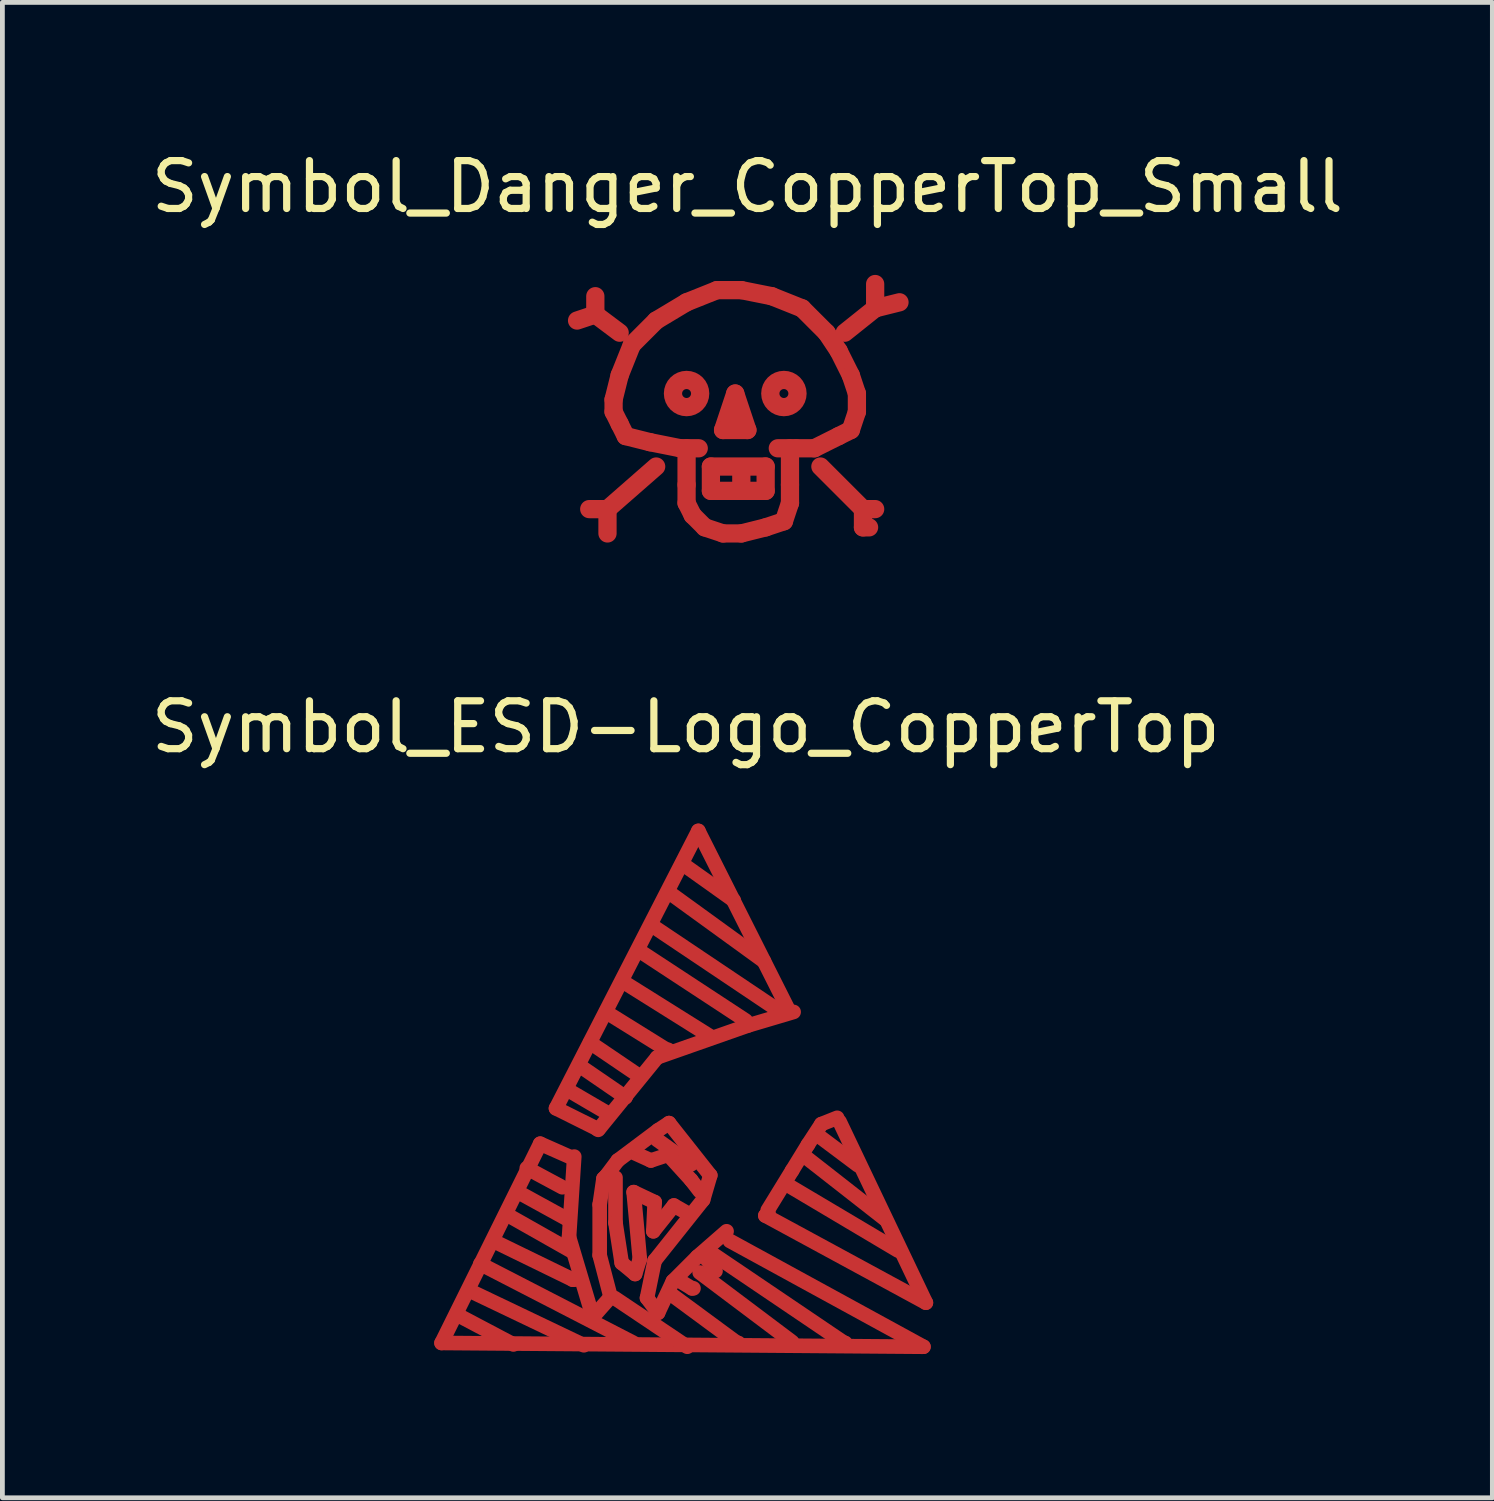
<source format=kicad_pcb>
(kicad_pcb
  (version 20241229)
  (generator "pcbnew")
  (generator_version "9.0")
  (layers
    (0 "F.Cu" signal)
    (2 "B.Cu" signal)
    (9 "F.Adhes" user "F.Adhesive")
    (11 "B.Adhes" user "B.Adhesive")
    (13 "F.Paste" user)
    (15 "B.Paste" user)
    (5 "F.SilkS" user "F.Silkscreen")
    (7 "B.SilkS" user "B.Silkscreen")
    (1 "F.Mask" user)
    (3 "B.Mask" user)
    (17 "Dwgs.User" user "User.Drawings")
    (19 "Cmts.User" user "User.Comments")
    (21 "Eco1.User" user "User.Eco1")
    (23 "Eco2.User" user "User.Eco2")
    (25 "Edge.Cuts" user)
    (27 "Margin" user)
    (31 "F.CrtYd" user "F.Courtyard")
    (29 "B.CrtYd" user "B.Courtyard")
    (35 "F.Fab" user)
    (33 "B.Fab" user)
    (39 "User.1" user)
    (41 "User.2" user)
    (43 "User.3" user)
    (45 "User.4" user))
  (footprint "Symbol_ESD-Logo_CopperTop"
    (layer "F.Cu")
    (at 11.319 21.676)
    (property "Reference" "Symbol_ESD-Logo_CopperTop" (at -0.051 -9.55 0) (layer "F.SilkS") (effects (font (size 1 1) (thickness 0.15))))
    (attr board_only exclude_from_pos_files exclude_from_bom allow_missing_courtyard)
    (fp_line (start -5.151 3.312) (end 4.91 3.391) (stroke (width 0.305) (type solid)) (layer "F.Cu"))
    (fp_line (start -4.77 2.751) (end -3.65 3.343) (stroke (width 0.305) (type solid)) (layer "F.Cu"))
    (fp_line (start -4.559 2.223) (end -2.179 3.36) (stroke (width 0.305) (type solid)) (layer "F.Cu"))
    (fp_line (start -4.341 1.661) (end -1.14 3.312) (stroke (width 0.305) (type solid)) (layer "F.Cu"))
    (fp_line (start -4.031 1.201) (end -2.41 1.991) (stroke (width 0.305) (type solid)) (layer "F.Cu"))
    (fp_line (start -3.749 0.653) (end -2.461 1.382) (stroke (width 0.305) (type solid)) (layer "F.Cu"))
    (fp_line (start -3.551 0.163) (end -2.479 0.752) (stroke (width 0.305) (type solid)) (layer "F.Cu"))
    (fp_line (start -3.371 -0.338) (end -2.629 0.061) (stroke (width 0.305) (type solid)) (layer "F.Cu"))
    (fp_line (start -3.091 -0.848) (end -5.151 3.312) (stroke (width 0.305) (type solid)) (layer "F.Cu"))
    (fp_line (start -2.761 -1.587) (end -1.9 -1.158) (stroke (width 0.305) (type solid)) (layer "F.Cu"))
    (fp_line (start -2.51 -1.968) (end -1.689 -1.488) (stroke (width 0.305) (type solid)) (layer "F.Cu"))
    (fp_line (start -2.489 1.102) (end -1.991 2.771) (stroke (width 0.305) (type solid)) (layer "F.Cu"))
    (fp_line (start -2.461 -0.569) (end -3.091 -0.848) (stroke (width 0.305) (type solid)) (layer "F.Cu"))
    (fp_line (start -2.41 1.991) (end -2.38 1.991) (stroke (width 0.305) (type solid)) (layer "F.Cu"))
    (fp_line (start -2.38 -0.579) (end -2.489 1.102) (stroke (width 0.305) (type solid)) (layer "F.Cu"))
    (fp_line (start -2.23 -2.449) (end -1.311 -1.819) (stroke (width 0.305) (type solid)) (layer "F.Cu"))
    (fp_line (start -2.05 -2.959) (end -1.031 -2.268) (stroke (width 0.305) (type solid)) (layer "F.Cu"))
    (fp_line (start -1.991 2.771) (end -1.621 2.352) (stroke (width 0.305) (type solid)) (layer "F.Cu"))
    (fp_line (start -1.9 -1.158) (end -1.869 -1.158) (stroke (width 0.305) (type solid)) (layer "F.Cu"))
    (fp_line (start -1.849 0.422) (end -1.77 -0.119) (stroke (width 0.305) (type solid)) (layer "F.Cu"))
    (fp_line (start -1.849 1.481) (end -1.849 0.422) (stroke (width 0.305) (type solid)) (layer "F.Cu"))
    (fp_line (start -1.77 -0.119) (end -1.72 -0.168) (stroke (width 0.305) (type solid)) (layer "F.Cu"))
    (fp_line (start -1.72 -3.599) (end -0.45 -2.809) (stroke (width 0.305) (type solid)) (layer "F.Cu"))
    (fp_line (start -1.72 -0.168) (end -1.471 -0.498) (stroke (width 0.305) (type solid)) (layer "F.Cu"))
    (fp_line (start -1.621 2.352) (end -1.849 1.481) (stroke (width 0.305) (type solid)) (layer "F.Cu"))
    (fp_line (start -1.539 2.372) (end -0.02 3.391) (stroke (width 0.305) (type solid)) (layer "F.Cu"))
    (fp_line (start -1.519 -0.14) (end -1.519 0.803) (stroke (width 0.305) (type solid)) (layer "F.Cu"))
    (fp_line (start -1.519 0.803) (end -1.389 1.641) (stroke (width 0.305) (type solid)) (layer "F.Cu"))
    (fp_line (start -1.471 -0.498) (end -0.63 -1.128) (stroke (width 0.305) (type solid)) (layer "F.Cu"))
    (fp_line (start -1.389 1.641) (end -1.11 1.872) (stroke (width 0.305) (type solid)) (layer "F.Cu"))
    (fp_line (start -1.359 -4.229) (end 0.46 -3.089) (stroke (width 0.305) (type solid)) (layer "F.Cu"))
    (fp_line (start -1.311 -1.819) (end -1.311 -1.839) (stroke (width 0.305) (type solid)) (layer "F.Cu"))
    (fp_line (start -1.14 0.163) (end -0.701 0.371) (stroke (width 0.305) (type solid)) (layer "F.Cu"))
    (fp_line (start -1.11 -0.648) (end -0.78 -0.498) (stroke (width 0.305) (type solid)) (layer "F.Cu"))
    (fp_line (start -1.11 1.872) (end -1.011 1.562) (stroke (width 0.305) (type solid)) (layer "F.Cu"))
    (fp_line (start -1.011 -4.869) (end 1.199 -3.419) (stroke (width 0.305) (type solid)) (layer "F.Cu"))
    (fp_line (start -1.011 1.562) (end -1.14 0.163) (stroke (width 0.305) (type solid)) (layer "F.Cu"))
    (fp_line (start -0.861 2.372) (end -0.63 2.682) (stroke (width 0.305) (type solid)) (layer "F.Cu"))
    (fp_line (start -0.78 -0.498) (end -0.419 -0.617) (stroke (width 0.305) (type solid)) (layer "F.Cu"))
    (fp_line (start -0.749 -5.397) (end 1.859 -3.647) (stroke (width 0.305) (type solid)) (layer "F.Cu"))
    (fp_line (start -0.729 0.98) (end -0.3 0.442) (stroke (width 0.305) (type solid)) (layer "F.Cu"))
    (fp_line (start -0.701 0.371) (end -0.729 0.98) (stroke (width 0.305) (type solid)) (layer "F.Cu"))
    (fp_line (start -0.701 1.593) (end -0.861 2.372) (stroke (width 0.305) (type solid)) (layer "F.Cu"))
    (fp_line (start -0.65 -2.649) (end -1.88 -1.138) (stroke (width 0.305) (type solid)) (layer "F.Cu"))
    (fp_line (start -0.65 -0.93) (end 0.061 -0.419) (stroke (width 0.305) (type solid)) (layer "F.Cu"))
    (fp_line (start -0.63 -1.128) (end -0.401 -1.278) (stroke (width 0.305) (type solid)) (layer "F.Cu"))
    (fp_line (start -0.63 2.682) (end -0.32 2.022) (stroke (width 0.305) (type solid)) (layer "F.Cu"))
    (fp_line (start -0.45 -2.809) (end -0.419 -2.809) (stroke (width 0.305) (type solid)) (layer "F.Cu"))
    (fp_line (start -0.419 -0.617) (end 0.061 -0.089) (stroke (width 0.305) (type solid)) (layer "F.Cu"))
    (fp_line (start -0.401 -1.278) (end 0.46 -0.188) (stroke (width 0.305) (type solid)) (layer "F.Cu"))
    (fp_line (start -0.351 -6.058) (end 1.58 -4.658) (stroke (width 0.305) (type solid)) (layer "F.Cu"))
    (fp_line (start -0.351 2.301) (end 1.021 3.312) (stroke (width 0.305) (type solid)) (layer "F.Cu"))
    (fp_line (start -0.32 2.022) (end 0.191 1.511) (stroke (width 0.305) (type solid)) (layer "F.Cu"))
    (fp_line (start -0.3 0.442) (end -0.071 0.572) (stroke (width 0.305) (type solid)) (layer "F.Cu"))
    (fp_line (start -0.221 1.991) (end 0.079 2.172) (stroke (width 0.305) (type solid)) (layer "F.Cu"))
    (fp_line (start -0.089 -6.668) (end 0.95 -5.928) (stroke (width 0.305) (type solid)) (layer "F.Cu"))
    (fp_line (start 0.061 -0.089) (end 0.239 0.142) (stroke (width 0.305) (type solid)) (layer "F.Cu"))
    (fp_line (start 0.079 2.172) (end 0.109 2.172) (stroke (width 0.305) (type solid)) (layer "F.Cu"))
    (fp_line (start 0.191 1.511) (end 0.8 0.98) (stroke (width 0.305) (type solid)) (layer "F.Cu"))
    (fp_line (start 0.211 -7.379) (end -2.761 -1.587) (stroke (width 0.305) (type solid)) (layer "F.Cu"))
    (fp_line (start 0.239 1.841) (end 2.169 3.292) (stroke (width 0.305) (type solid)) (layer "F.Cu"))
    (fp_line (start 0.31 0.323) (end -0.701 1.593) (stroke (width 0.305) (type solid)) (layer "F.Cu"))
    (fp_line (start 0.31 1.46) (end 0.569 1.811) (stroke (width 0.305) (type solid)) (layer "F.Cu"))
    (fp_line (start 0.46 -0.188) (end 0.31 0.323) (stroke (width 0.305) (type solid)) (layer "F.Cu"))
    (fp_line (start 0.521 1.46) (end 3.259 3.312) (stroke (width 0.305) (type solid)) (layer "F.Cu"))
    (fp_line (start 1.021 3.312) (end 1.049 3.312) (stroke (width 0.305) (type solid)) (layer "F.Cu"))
    (fp_line (start 1.25 -3.317) (end -0.65 -2.649) (stroke (width 0.305) (type solid)) (layer "F.Cu"))
    (fp_line (start 1.61 0.653) (end 1.679 0.622) (stroke (width 0.305) (type solid)) (layer "F.Cu"))
    (fp_line (start 1.659 0.541) (end 2.169 -0.29) (stroke (width 0.305) (type solid)) (layer "F.Cu"))
    (fp_line (start 2.09 -3.647) (end 0.211 -7.379) (stroke (width 0.305) (type solid)) (layer "F.Cu"))
    (fp_line (start 2.121 0.041) (end 4.379 1.382) (stroke (width 0.305) (type solid)) (layer "F.Cu"))
    (fp_line (start 2.169 -0.29) (end 2.499 -0.828) (stroke (width 0.305) (type solid)) (layer "F.Cu"))
    (fp_line (start 2.2 -3.599) (end 1.25 -3.317) (stroke (width 0.305) (type solid)) (layer "F.Cu"))
    (fp_line (start 2.451 -0.569) (end 4.1 0.721) (stroke (width 0.305) (type solid)) (layer "F.Cu"))
    (fp_line (start 2.499 -0.828) (end 2.779 -1.257) (stroke (width 0.305) (type solid)) (layer "F.Cu"))
    (fp_line (start 2.7 -1.029) (end 3.541 -0.399) (stroke (width 0.305) (type solid)) (layer "F.Cu"))
    (fp_line (start 2.779 -1.257) (end 3.109 -1.389) (stroke (width 0.305) (type solid)) (layer "F.Cu"))
    (fp_line (start 3.16 -1.308) (end 4.961 2.471) (stroke (width 0.305) (type solid)) (layer "F.Cu"))
    (fp_line (start 3.259 3.312) (end 3.279 3.312) (stroke (width 0.305) (type solid)) (layer "F.Cu"))
    (fp_line (start 4.91 3.391) (end 0.869 1.181) (stroke (width 0.305) (type solid)) (layer "F.Cu"))
    (fp_line (start 4.961 2.471) (end 1.61 0.653) (stroke (width 0.305) (type solid)) (layer "F.Cu")))
  (footprint "Symbol_Danger_CopperTop_Small"
    (layer "F.Cu")
    (at 12.3 5.547)
    (property "Reference" "Symbol_Danger_CopperTop_Small" (at 0.254 -4.699 0) (layer "F.SilkS") (effects (font (size 1 1) (thickness 0.15))))
    (attr exclude_from_pos_files exclude_from_bom)
    (fp_line (start -2.921 -2.032) (end -3.302 -1.905) (stroke (width 0.381) (type solid)) (layer "F.Cu"))
    (fp_line (start -2.921 -2.032) (end -2.921 -2.413) (stroke (width 0.381) (type solid)) (layer "F.Cu"))
    (fp_line (start -2.667 2.032) (end -3.048 2.032) (stroke (width 0.381) (type solid)) (layer "F.Cu"))
    (fp_line (start -2.667 2.032) (end -2.667 2.54) (stroke (width 0.381) (type solid)) (layer "F.Cu"))
    (fp_line (start -2.54 -0.254) (end -2.413 -0.762) (stroke (width 0.381) (type solid)) (layer "F.Cu"))
    (fp_line (start -2.54 0) (end -2.54 -0.254) (stroke (width 0.381) (type solid)) (layer "F.Cu"))
    (fp_line (start -2.54 0) (end -2.413 0.254) (stroke (width 0.381) (type solid)) (layer "F.Cu"))
    (fp_line (start -2.413 -1.651) (end -2.921 -2.032) (stroke (width 0.381) (type solid)) (layer "F.Cu"))
    (fp_line (start -2.413 -0.762) (end -2.159 -1.397) (stroke (width 0.381) (type solid)) (layer "F.Cu"))
    (fp_line (start -2.413 0.254) (end -2.286 0.508) (stroke (width 0.381) (type solid)) (layer "F.Cu"))
    (fp_line (start -2.286 0.508) (end -1.778 0.635) (stroke (width 0.381) (type solid)) (layer "F.Cu"))
    (fp_line (start -2.159 -1.397) (end -1.651 -1.905) (stroke (width 0.381) (type solid)) (layer "F.Cu"))
    (fp_line (start -1.778 0.635) (end -1.143 0.762) (stroke (width 0.381) (type solid)) (layer "F.Cu"))
    (fp_line (start -1.651 -1.905) (end -1.016 -2.286) (stroke (width 0.381) (type solid)) (layer "F.Cu"))
    (fp_line (start -1.651 1.143) (end -2.667 2.032) (stroke (width 0.381) (type solid)) (layer "F.Cu"))
    (fp_line (start -1.143 0.762) (end -0.762 0.762) (stroke (width 0.381) (type solid)) (layer "F.Cu"))
    (fp_line (start -1.016 -2.286) (end -0.381 -2.54) (stroke (width 0.381) (type solid)) (layer "F.Cu"))
    (fp_line (start -1.016 1.524) (end -1.016 0.762) (stroke (width 0.381) (type solid)) (layer "F.Cu"))
    (fp_line (start -1.016 1.905) (end -1.016 1.524) (stroke (width 0.381) (type solid)) (layer "F.Cu"))
    (fp_line (start -1.016 1.905) (end -0.889 2.159) (stroke (width 0.381) (type solid)) (layer "F.Cu"))
    (fp_line (start -0.889 2.159) (end -0.635 2.413) (stroke (width 0.381) (type solid)) (layer "F.Cu"))
    (fp_line (start -0.635 2.413) (end -0.254 2.54) (stroke (width 0.381) (type solid)) (layer "F.Cu"))
    (fp_line (start -0.508 1.143) (end 0.635 1.143) (stroke (width 0.381) (type solid)) (layer "F.Cu"))
    (fp_line (start -0.508 1.651) (end -0.508 1.143) (stroke (width 0.381) (type solid)) (layer "F.Cu"))
    (fp_line (start -0.381 -2.54) (end 0.127 -2.54) (stroke (width 0.381) (type solid)) (layer "F.Cu"))
    (fp_line (start -0.254 0.381) (end 0 -0.381) (stroke (width 0.381) (type solid)) (layer "F.Cu"))
    (fp_line (start 0 -0.381) (end 0.254 0.381) (stroke (width 0.381) (type solid)) (layer "F.Cu"))
    (fp_line (start 0.127 -2.54) (end 0.762 -2.413) (stroke (width 0.381) (type solid)) (layer "F.Cu"))
    (fp_line (start 0.127 1.27) (end 0.127 1.524) (stroke (width 0.381) (type solid)) (layer "F.Cu"))
    (fp_line (start 0.127 2.54) (end -0.254 2.54) (stroke (width 0.381) (type solid)) (layer "F.Cu"))
    (fp_line (start 0.254 0.381) (end -0.254 0.381) (stroke (width 0.381) (type solid)) (layer "F.Cu"))
    (fp_line (start 0.635 1.143) (end 0.635 1.651) (stroke (width 0.381) (type solid)) (layer "F.Cu"))
    (fp_line (start 0.635 1.651) (end -0.508 1.651) (stroke (width 0.381) (type solid)) (layer "F.Cu"))
    (fp_line (start 0.635 2.413) (end 0.127 2.54) (stroke (width 0.381) (type solid)) (layer "F.Cu"))
    (fp_line (start 0.762 -2.413) (end 1.397 -2.159) (stroke (width 0.381) (type solid)) (layer "F.Cu"))
    (fp_line (start 1.016 2.286) (end 0.635 2.413) (stroke (width 0.381) (type solid)) (layer "F.Cu"))
    (fp_line (start 1.143 0.762) (end 1.143 1.524) (stroke (width 0.381) (type solid)) (layer "F.Cu"))
    (fp_line (start 1.143 1.524) (end 1.143 1.905) (stroke (width 0.381) (type solid)) (layer "F.Cu"))
    (fp_line (start 1.143 1.905) (end 1.016 2.286) (stroke (width 0.381) (type solid)) (layer "F.Cu"))
    (fp_line (start 1.27 0.762) (end 0.889 0.762) (stroke (width 0.381) (type solid)) (layer "F.Cu"))
    (fp_line (start 1.397 -2.159) (end 1.905 -1.651) (stroke (width 0.381) (type solid)) (layer "F.Cu"))
    (fp_line (start 1.651 0.762) (end 1.27 0.762) (stroke (width 0.381) (type solid)) (layer "F.Cu"))
    (fp_line (start 1.778 1.143) (end 2.667 2.032) (stroke (width 0.381) (type solid)) (layer "F.Cu"))
    (fp_line (start 1.905 -1.651) (end 2.159 -1.27) (stroke (width 0.381) (type solid)) (layer "F.Cu"))
    (fp_line (start 2.159 -1.27) (end 2.413 -0.762) (stroke (width 0.381) (type solid)) (layer "F.Cu"))
    (fp_line (start 2.159 0.508) (end 1.651 0.762) (stroke (width 0.381) (type solid)) (layer "F.Cu"))
    (fp_line (start 2.286 -1.651) (end 2.921 -2.159) (stroke (width 0.381) (type solid)) (layer "F.Cu"))
    (fp_line (start 2.413 -0.762) (end 2.54 -0.381) (stroke (width 0.381) (type solid)) (layer "F.Cu"))
    (fp_line (start 2.413 0.381) (end 2.159 0.508) (stroke (width 0.381) (type solid)) (layer "F.Cu"))
    (fp_line (start 2.54 -0.381) (end 2.54 0) (stroke (width 0.381) (type solid)) (layer "F.Cu"))
    (fp_line (start 2.54 0) (end 2.413 0.381) (stroke (width 0.381) (type solid)) (layer "F.Cu"))
    (fp_line (start 2.667 2.032) (end 2.667 2.413) (stroke (width 0.381) (type solid)) (layer "F.Cu"))
    (fp_line (start 2.667 2.032) (end 2.921 2.032) (stroke (width 0.381) (type solid)) (layer "F.Cu"))
    (fp_line (start 2.667 2.413) (end 2.794 2.413) (stroke (width 0.381) (type solid)) (layer "F.Cu"))
    (fp_line (start 2.921 -2.159) (end 2.921 -2.667) (stroke (width 0.381) (type solid)) (layer "F.Cu"))
    (fp_line (start 2.921 -2.159) (end 3.429 -2.286) (stroke (width 0.381) (type solid)) (layer "F.Cu"))
    (fp_circle (center -1.016 -0.381) (end -1.27 -0.254) (stroke (width 0.381) (type solid)) (fill no) (layer "F.Cu"))
    (fp_circle (center 1.016 -0.381) (end 1.27 -0.254) (stroke (width 0.381) (type solid)) (fill no) (layer "F.Cu")))
  (gr_rect
    (start -3 -3)
    (end 28.107 28.22)
    (stroke (width 0.1) (type default))
    (fill no)
    (layer "Edge.Cuts")))
</source>
